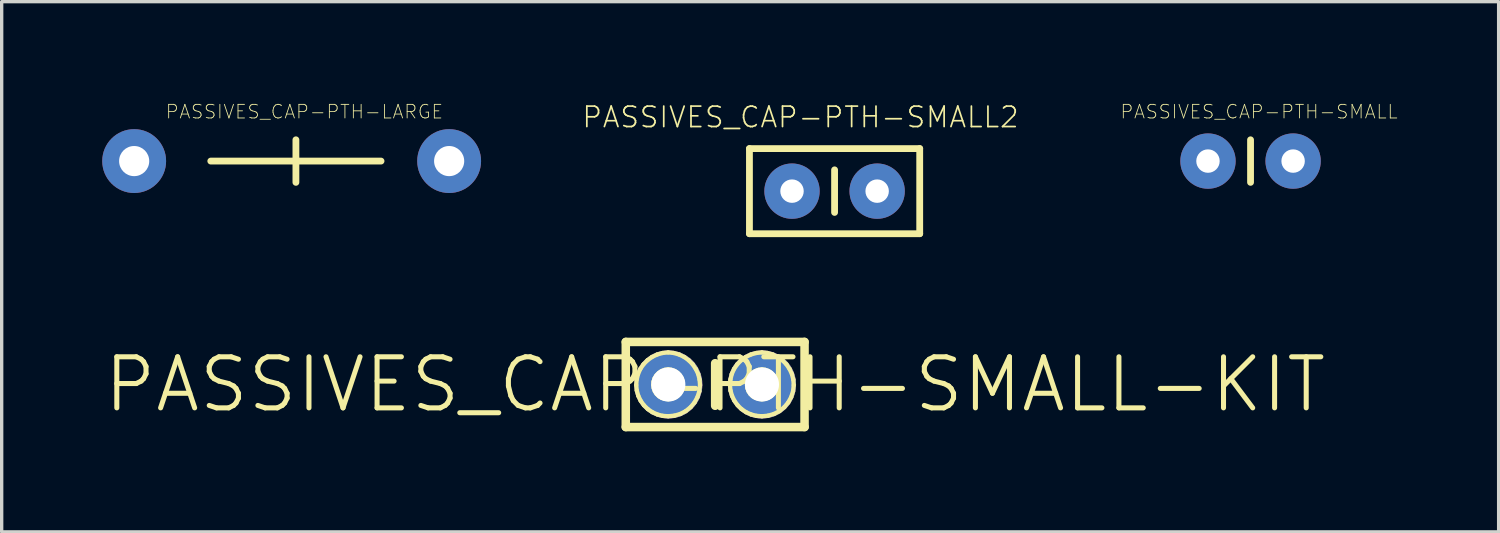
<source format=kicad_pcb>
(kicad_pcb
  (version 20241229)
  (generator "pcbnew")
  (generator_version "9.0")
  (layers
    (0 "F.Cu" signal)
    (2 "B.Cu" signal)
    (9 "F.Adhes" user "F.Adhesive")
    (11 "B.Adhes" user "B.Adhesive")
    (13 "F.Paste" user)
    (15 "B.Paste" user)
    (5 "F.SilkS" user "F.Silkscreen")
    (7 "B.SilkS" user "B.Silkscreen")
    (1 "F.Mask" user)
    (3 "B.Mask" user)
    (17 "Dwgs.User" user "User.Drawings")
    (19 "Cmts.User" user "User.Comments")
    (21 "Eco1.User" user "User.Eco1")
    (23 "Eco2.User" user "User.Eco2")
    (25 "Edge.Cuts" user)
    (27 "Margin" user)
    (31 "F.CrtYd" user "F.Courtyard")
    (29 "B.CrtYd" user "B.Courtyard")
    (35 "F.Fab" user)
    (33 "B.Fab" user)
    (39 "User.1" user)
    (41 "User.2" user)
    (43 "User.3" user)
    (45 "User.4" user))
  (footprint "PASSIVES_CAP-PTH-LARGE"
    (layer "F.Cu")
    (at 5.779 1.756)
    (property "Reference" "PASSIVES_CAP-PTH-LARGE" (at 0.254 -1.473 0) (layer "F.SilkS") (effects (font (size 0.406 0.406) (thickness 0.025))))
    (attr exclude_from_pos_files exclude_from_bom)
    (fp_line (start 0 -0.635) (end 0 0) (stroke (width 0.203) (type solid)) (layer "F.SilkS"))
    (fp_line (start 0 0) (end -2.54 0) (stroke (width 0.203) (type solid)) (layer "F.SilkS"))
    (fp_line (start 0 0) (end 0 0.635) (stroke (width 0.203) (type solid)) (layer "F.SilkS"))
    (fp_line (start 0 0) (end 2.54 0) (stroke (width 0.203) (type solid)) (layer "F.SilkS"))
    (pad "1" thru_hole circle (at -4.826 0) (size 1.905 1.905) (drill 0.899) (layers "*.Cu" "*.Paste" "*.Mask"))
    (pad "2" thru_hole circle (at 4.572 0) (size 1.905 1.905) (drill 0.899) (layers "*.Cu" "*.Paste" "*.Mask")))
  (footprint "PASSIVES_CAP-PTH-SMALL"
    (layer "F.Cu")
    (at 32.992 1.756)
    (property "Reference" "PASSIVES_CAP-PTH-SMALL" (at 1.524 -1.473 0) (layer "F.SilkS") (effects (font (size 0.406 0.406) (thickness 0.025))))
    (attr exclude_from_pos_files exclude_from_bom)
    (fp_line (start 1.27 -0.635) (end 1.27 0.635) (stroke (width 0.203) (type solid)) (layer "F.SilkS"))
    (pad "1" thru_hole circle (at 0 0) (size 1.651 1.651) (drill 0.699) (layers "*.Cu" "*.Paste" "*.Mask"))
    (pad "2" thru_hole circle (at 2.54 0) (size 1.651 1.651) (drill 0.699) (layers "*.Cu" "*.Paste" "*.Mask")))
  (footprint "PASSIVES_CAP-PTH-SMALL-KIT"
    (layer "F.Cu")
    (at 18.288 8.422)
    (property "Reference" "PASSIVES_CAP-PTH-SMALL-KIT" (at 0 0 0) (layer "F.SilkS") (effects (font (size 1.524 1.524) (thickness 0.15))))
    (attr exclude_from_pos_files exclude_from_bom)
    (fp_line (start -2.667 -1.27) (end 2.667 -1.27) (stroke (width 0.254) (type solid)) (layer "F.SilkS"))
    (fp_line (start -2.667 1.27) (end -2.667 -1.27) (stroke (width 0.254) (type solid)) (layer "F.SilkS"))
    (fp_line (start -2.355 0.018) (end -2.342 -0.147) (stroke (width 0.127) (type solid)) (layer "F.SilkS"))
    (fp_line (start -2.342 -0.147) (end -2.301 -0.312) (stroke (width 0.127) (type solid)) (layer "F.SilkS"))
    (fp_line (start -2.339 0.18) (end -2.355 0.018) (stroke (width 0.127) (type solid)) (layer "F.SilkS"))
    (fp_line (start -2.301 -0.312) (end -2.233 -0.465) (stroke (width 0.127) (type solid)) (layer "F.SilkS"))
    (fp_line (start -2.294 0.338) (end -2.339 0.18) (stroke (width 0.127) (type solid)) (layer "F.SilkS"))
    (fp_line (start -2.233 -0.465) (end -2.139 -0.602) (stroke (width 0.127) (type solid)) (layer "F.SilkS"))
    (fp_line (start -2.223 0.485) (end -2.294 0.338) (stroke (width 0.127) (type solid)) (layer "F.SilkS"))
    (fp_line (start -2.139 -0.602) (end -2.019 -0.724) (stroke (width 0.127) (type solid)) (layer "F.SilkS"))
    (fp_line (start -2.126 0.62) (end -2.223 0.485) (stroke (width 0.127) (type solid)) (layer "F.SilkS"))
    (fp_line (start -2.019 -0.724) (end -1.885 -0.82) (stroke (width 0.127) (type solid)) (layer "F.SilkS"))
    (fp_line (start -2.009 0.734) (end -2.126 0.62) (stroke (width 0.127) (type solid)) (layer "F.SilkS"))
    (fp_line (start -1.885 -0.82) (end -1.732 -0.894) (stroke (width 0.127) (type solid)) (layer "F.SilkS"))
    (fp_line (start -1.875 0.826) (end -2.009 0.734) (stroke (width 0.127) (type solid)) (layer "F.SilkS"))
    (fp_line (start -1.847 0.015) (end -1.839 -0.086) (stroke (width 0.127) (type solid)) (layer "F.SilkS"))
    (fp_line (start -1.839 -0.086) (end -1.808 -0.183) (stroke (width 0.127) (type solid)) (layer "F.SilkS"))
    (fp_line (start -1.834 0.109) (end -1.847 0.015) (stroke (width 0.127) (type solid)) (layer "F.SilkS"))
    (fp_line (start -1.808 -0.183) (end -1.755 -0.269) (stroke (width 0.127) (type solid)) (layer "F.SilkS"))
    (fp_line (start -1.801 0.201) (end -1.834 0.109) (stroke (width 0.127) (type solid)) (layer "F.SilkS"))
    (fp_line (start -1.755 -0.269) (end -1.684 -0.343) (stroke (width 0.127) (type solid)) (layer "F.SilkS"))
    (fp_line (start -1.748 0.282) (end -1.801 0.201) (stroke (width 0.127) (type solid)) (layer "F.SilkS"))
    (fp_line (start -1.732 -0.894) (end -1.57 -0.94) (stroke (width 0.127) (type solid)) (layer "F.SilkS"))
    (fp_line (start -1.725 0.894) (end -1.875 0.826) (stroke (width 0.127) (type solid)) (layer "F.SilkS"))
    (fp_line (start -1.684 -0.343) (end -1.6 -0.401) (stroke (width 0.127) (type solid)) (layer "F.SilkS"))
    (fp_line (start -1.676 0.351) (end -1.748 0.282) (stroke (width 0.127) (type solid)) (layer "F.SilkS"))
    (fp_line (start -1.6 -0.401) (end -1.504 -0.437) (stroke (width 0.127) (type solid)) (layer "F.SilkS"))
    (fp_line (start -1.593 0.399) (end -1.676 0.351) (stroke (width 0.127) (type solid)) (layer "F.SilkS"))
    (fp_line (start -1.57 -0.94) (end -1.402 -0.958) (stroke (width 0.127) (type solid)) (layer "F.SilkS"))
    (fp_line (start -1.565 0.935) (end -1.725 0.894) (stroke (width 0.127) (type solid)) (layer "F.SilkS"))
    (fp_line (start -1.504 -0.437) (end -1.402 -0.45) (stroke (width 0.127) (type solid)) (layer "F.SilkS"))
    (fp_line (start -1.501 0.429) (end -1.593 0.399) (stroke (width 0.127) (type solid)) (layer "F.SilkS"))
    (fp_line (start -1.402 -0.958) (end -1.237 -0.94) (stroke (width 0.127) (type solid)) (layer "F.SilkS"))
    (fp_line (start -1.402 -0.45) (end -1.303 -0.437) (stroke (width 0.127) (type solid)) (layer "F.SilkS"))
    (fp_line (start -1.402 0.439) (end -1.501 0.429) (stroke (width 0.127) (type solid)) (layer "F.SilkS"))
    (fp_line (start -1.402 0.947) (end -1.565 0.935) (stroke (width 0.127) (type solid)) (layer "F.SilkS"))
    (fp_line (start -1.306 0.429) (end -1.402 0.439) (stroke (width 0.127) (type solid)) (layer "F.SilkS"))
    (fp_line (start -1.303 -0.437) (end -1.209 -0.404) (stroke (width 0.127) (type solid)) (layer "F.SilkS"))
    (fp_line (start -1.237 -0.94) (end -1.074 -0.894) (stroke (width 0.127) (type solid)) (layer "F.SilkS"))
    (fp_line (start -1.217 0.93) (end -1.402 0.947) (stroke (width 0.127) (type solid)) (layer "F.SilkS"))
    (fp_line (start -1.212 0.396) (end -1.306 0.429) (stroke (width 0.127) (type solid)) (layer "F.SilkS"))
    (fp_line (start -1.209 -0.404) (end -1.125 -0.348) (stroke (width 0.127) (type solid)) (layer "F.SilkS"))
    (fp_line (start -1.13 0.345) (end -1.212 0.396) (stroke (width 0.127) (type solid)) (layer "F.SilkS"))
    (fp_line (start -1.125 -0.348) (end -1.054 -0.274) (stroke (width 0.127) (type solid)) (layer "F.SilkS"))
    (fp_line (start -1.074 -0.894) (end -0.922 -0.82) (stroke (width 0.127) (type solid)) (layer "F.SilkS"))
    (fp_line (start -1.059 0.277) (end -1.13 0.345) (stroke (width 0.127) (type solid)) (layer "F.SilkS"))
    (fp_line (start -1.054 -0.274) (end -1.003 -0.191) (stroke (width 0.127) (type solid)) (layer "F.SilkS"))
    (fp_line (start -1.041 0.879) (end -1.217 0.93) (stroke (width 0.127) (type solid)) (layer "F.SilkS"))
    (fp_line (start -1.006 0.193) (end -1.059 0.277) (stroke (width 0.127) (type solid)) (layer "F.SilkS"))
    (fp_line (start -1.003 -0.191) (end -0.97 -0.094) (stroke (width 0.127) (type solid)) (layer "F.SilkS"))
    (fp_line (start -0.973 0.102) (end -1.006 0.193) (stroke (width 0.127) (type solid)) (layer "F.SilkS"))
    (fp_line (start -0.97 -0.094) (end -0.963 0.005) (stroke (width 0.127) (type solid)) (layer "F.SilkS"))
    (fp_line (start -0.963 0.005) (end -0.973 0.102) (stroke (width 0.127) (type solid)) (layer "F.SilkS"))
    (fp_line (start -0.922 -0.82) (end -0.787 -0.721) (stroke (width 0.127) (type solid)) (layer "F.SilkS"))
    (fp_line (start -0.879 0.795) (end -1.041 0.879) (stroke (width 0.127) (type solid)) (layer "F.SilkS"))
    (fp_line (start -0.787 -0.721) (end -0.671 -0.602) (stroke (width 0.127) (type solid)) (layer "F.SilkS"))
    (fp_line (start -0.734 0.678) (end -0.879 0.795) (stroke (width 0.127) (type solid)) (layer "F.SilkS"))
    (fp_line (start -0.671 -0.602) (end -0.577 -0.462) (stroke (width 0.127) (type solid)) (layer "F.SilkS"))
    (fp_line (start -0.617 0.538) (end -0.734 0.678) (stroke (width 0.127) (type solid)) (layer "F.SilkS"))
    (fp_line (start -0.577 -0.462) (end -0.505 -0.31) (stroke (width 0.127) (type solid)) (layer "F.SilkS"))
    (fp_line (start -0.528 0.376) (end -0.617 0.538) (stroke (width 0.127) (type solid)) (layer "F.SilkS"))
    (fp_line (start -0.505 -0.31) (end -0.465 -0.145) (stroke (width 0.127) (type solid)) (layer "F.SilkS"))
    (fp_line (start -0.472 0.201) (end -0.528 0.376) (stroke (width 0.127) (type solid)) (layer "F.SilkS"))
    (fp_line (start -0.465 -0.145) (end -0.452 0.02) (stroke (width 0.127) (type solid)) (layer "F.SilkS"))
    (fp_line (start -0.452 0.02) (end -0.472 0.201) (stroke (width 0.127) (type solid)) (layer "F.SilkS"))
    (fp_line (start 0 -0.635) (end 0 0.635) (stroke (width 0.254) (type solid)) (layer "F.SilkS"))
    (fp_line (start 0.442 0.018) (end 0.455 -0.147) (stroke (width 0.127) (type solid)) (layer "F.SilkS"))
    (fp_line (start 0.455 -0.147) (end 0.495 -0.312) (stroke (width 0.127) (type solid)) (layer "F.SilkS"))
    (fp_line (start 0.457 0.18) (end 0.442 0.018) (stroke (width 0.127) (type solid)) (layer "F.SilkS"))
    (fp_line (start 0.495 -0.312) (end 0.564 -0.465) (stroke (width 0.127) (type solid)) (layer "F.SilkS"))
    (fp_line (start 0.503 0.338) (end 0.457 0.18) (stroke (width 0.127) (type solid)) (layer "F.SilkS"))
    (fp_line (start 0.564 -0.465) (end 0.658 -0.602) (stroke (width 0.127) (type solid)) (layer "F.SilkS"))
    (fp_line (start 0.574 0.485) (end 0.503 0.338) (stroke (width 0.127) (type solid)) (layer "F.SilkS"))
    (fp_line (start 0.658 -0.602) (end 0.777 -0.724) (stroke (width 0.127) (type solid)) (layer "F.SilkS"))
    (fp_line (start 0.671 0.62) (end 0.574 0.485) (stroke (width 0.127) (type solid)) (layer "F.SilkS"))
    (fp_line (start 0.777 -0.724) (end 0.912 -0.82) (stroke (width 0.127) (type solid)) (layer "F.SilkS"))
    (fp_line (start 0.787 0.734) (end 0.671 0.62) (stroke (width 0.127) (type solid)) (layer "F.SilkS"))
    (fp_line (start 0.912 -0.82) (end 1.064 -0.894) (stroke (width 0.127) (type solid)) (layer "F.SilkS"))
    (fp_line (start 0.922 0.826) (end 0.787 0.734) (stroke (width 0.127) (type solid)) (layer "F.SilkS"))
    (fp_line (start 0.95 0.015) (end 0.958 -0.086) (stroke (width 0.127) (type solid)) (layer "F.SilkS"))
    (fp_line (start 0.958 -0.086) (end 0.988 -0.183) (stroke (width 0.127) (type solid)) (layer "F.SilkS"))
    (fp_line (start 0.963 0.109) (end 0.95 0.015) (stroke (width 0.127) (type solid)) (layer "F.SilkS"))
    (fp_line (start 0.988 -0.183) (end 1.041 -0.269) (stroke (width 0.127) (type solid)) (layer "F.SilkS"))
    (fp_line (start 0.996 0.201) (end 0.963 0.109) (stroke (width 0.127) (type solid)) (layer "F.SilkS"))
    (fp_line (start 1.041 -0.269) (end 1.113 -0.343) (stroke (width 0.127) (type solid)) (layer "F.SilkS"))
    (fp_line (start 1.049 0.282) (end 0.996 0.201) (stroke (width 0.127) (type solid)) (layer "F.SilkS"))
    (fp_line (start 1.064 -0.894) (end 1.227 -0.94) (stroke (width 0.127) (type solid)) (layer "F.SilkS"))
    (fp_line (start 1.072 0.894) (end 0.922 0.826) (stroke (width 0.127) (type solid)) (layer "F.SilkS"))
    (fp_line (start 1.113 -0.343) (end 1.196 -0.401) (stroke (width 0.127) (type solid)) (layer "F.SilkS"))
    (fp_line (start 1.12 0.351) (end 1.049 0.282) (stroke (width 0.127) (type solid)) (layer "F.SilkS"))
    (fp_line (start 1.196 -0.401) (end 1.293 -0.437) (stroke (width 0.127) (type solid)) (layer "F.SilkS"))
    (fp_line (start 1.204 0.399) (end 1.12 0.351) (stroke (width 0.127) (type solid)) (layer "F.SilkS"))
    (fp_line (start 1.227 -0.94) (end 1.394 -0.958) (stroke (width 0.127) (type solid)) (layer "F.SilkS"))
    (fp_line (start 1.232 0.935) (end 1.072 0.894) (stroke (width 0.127) (type solid)) (layer "F.SilkS"))
    (fp_line (start 1.293 -0.437) (end 1.394 -0.45) (stroke (width 0.127) (type solid)) (layer "F.SilkS"))
    (fp_line (start 1.295 0.429) (end 1.204 0.399) (stroke (width 0.127) (type solid)) (layer "F.SilkS"))
    (fp_line (start 1.394 -0.958) (end 1.56 -0.94) (stroke (width 0.127) (type solid)) (layer "F.SilkS"))
    (fp_line (start 1.394 -0.45) (end 1.494 -0.437) (stroke (width 0.127) (type solid)) (layer "F.SilkS"))
    (fp_line (start 1.394 0.439) (end 1.295 0.429) (stroke (width 0.127) (type solid)) (layer "F.SilkS"))
    (fp_line (start 1.397 0.947) (end 1.232 0.935) (stroke (width 0.127) (type solid)) (layer "F.SilkS"))
    (fp_line (start 1.491 0.429) (end 1.394 0.439) (stroke (width 0.127) (type solid)) (layer "F.SilkS"))
    (fp_line (start 1.494 -0.437) (end 1.587 -0.404) (stroke (width 0.127) (type solid)) (layer "F.SilkS"))
    (fp_line (start 1.56 -0.94) (end 1.722 -0.894) (stroke (width 0.127) (type solid)) (layer "F.SilkS"))
    (fp_line (start 1.58 0.93) (end 1.397 0.947) (stroke (width 0.127) (type solid)) (layer "F.SilkS"))
    (fp_line (start 1.585 0.396) (end 1.491 0.429) (stroke (width 0.127) (type solid)) (layer "F.SilkS"))
    (fp_line (start 1.587 -0.404) (end 1.671 -0.348) (stroke (width 0.127) (type solid)) (layer "F.SilkS"))
    (fp_line (start 1.666 0.345) (end 1.585 0.396) (stroke (width 0.127) (type solid)) (layer "F.SilkS"))
    (fp_line (start 1.671 -0.348) (end 1.742 -0.274) (stroke (width 0.127) (type solid)) (layer "F.SilkS"))
    (fp_line (start 1.722 -0.894) (end 1.875 -0.82) (stroke (width 0.127) (type solid)) (layer "F.SilkS"))
    (fp_line (start 1.737 0.277) (end 1.666 0.345) (stroke (width 0.127) (type solid)) (layer "F.SilkS"))
    (fp_line (start 1.742 -0.274) (end 1.793 -0.191) (stroke (width 0.127) (type solid)) (layer "F.SilkS"))
    (fp_line (start 1.755 0.879) (end 1.58 0.93) (stroke (width 0.127) (type solid)) (layer "F.SilkS"))
    (fp_line (start 1.791 0.193) (end 1.737 0.277) (stroke (width 0.127) (type solid)) (layer "F.SilkS"))
    (fp_line (start 1.793 -0.191) (end 1.826 -0.094) (stroke (width 0.127) (type solid)) (layer "F.SilkS"))
    (fp_line (start 1.824 0.102) (end 1.791 0.193) (stroke (width 0.127) (type solid)) (layer "F.SilkS"))
    (fp_line (start 1.826 -0.094) (end 1.834 0.005) (stroke (width 0.127) (type solid)) (layer "F.SilkS"))
    (fp_line (start 1.834 0.005) (end 1.824 0.102) (stroke (width 0.127) (type solid)) (layer "F.SilkS"))
    (fp_line (start 1.875 -0.82) (end 2.009 -0.721) (stroke (width 0.127) (type solid)) (layer "F.SilkS"))
    (fp_line (start 1.918 0.795) (end 1.755 0.879) (stroke (width 0.127) (type solid)) (layer "F.SilkS"))
    (fp_line (start 2.009 -0.721) (end 2.126 -0.602) (stroke (width 0.127) (type solid)) (layer "F.SilkS"))
    (fp_line (start 2.062 0.678) (end 1.918 0.795) (stroke (width 0.127) (type solid)) (layer "F.SilkS"))
    (fp_line (start 2.126 -0.602) (end 2.22 -0.462) (stroke (width 0.127) (type solid)) (layer "F.SilkS"))
    (fp_line (start 2.179 0.538) (end 2.062 0.678) (stroke (width 0.127) (type solid)) (layer "F.SilkS"))
    (fp_line (start 2.22 -0.462) (end 2.291 -0.31) (stroke (width 0.127) (type solid)) (layer "F.SilkS"))
    (fp_line (start 2.268 0.376) (end 2.179 0.538) (stroke (width 0.127) (type solid)) (layer "F.SilkS"))
    (fp_line (start 2.291 -0.31) (end 2.332 -0.145) (stroke (width 0.127) (type solid)) (layer "F.SilkS"))
    (fp_line (start 2.324 0.201) (end 2.268 0.376) (stroke (width 0.127) (type solid)) (layer "F.SilkS"))
    (fp_line (start 2.332 -0.145) (end 2.344 0.02) (stroke (width 0.127) (type solid)) (layer "F.SilkS"))
    (fp_line (start 2.344 0.02) (end 2.324 0.201) (stroke (width 0.127) (type solid)) (layer "F.SilkS"))
    (fp_line (start 2.667 -1.27) (end 2.667 1.27) (stroke (width 0.254) (type solid)) (layer "F.SilkS"))
    (fp_line (start 2.667 1.27) (end -2.667 1.27) (stroke (width 0.254) (type solid)) (layer "F.SilkS"))
    (pad "1" thru_hole circle (at -1.397 0) (size 2.032 2.032) (drill 1.016) (layers "*.Cu" "*.Paste" "*.Mask"))
    (pad "2" thru_hole circle (at 1.397 0) (size 2.032 2.032) (drill 1.016) (layers "*.Cu" "*.Paste" "*.Mask")))
  (footprint "PASSIVES_CAP-PTH-SMALL2"
    (layer "F.Cu")
    (at 20.581 2.653)
    (property "Reference" "PASSIVES_CAP-PTH-SMALL2" (at 0.254 -2.207 0) (layer "F.SilkS") (effects (font (size 0.61 0.61) (thickness 0.051))))
    (attr exclude_from_pos_files exclude_from_bom)
    (fp_line (start -1.27 -1.27) (end 3.81 -1.27) (stroke (width 0.203) (type solid)) (layer "F.SilkS"))
    (fp_line (start -1.27 1.27) (end -1.27 -1.27) (stroke (width 0.203) (type solid)) (layer "F.SilkS"))
    (fp_line (start 1.27 -0.635) (end 1.27 0.635) (stroke (width 0.203) (type solid)) (layer "F.SilkS"))
    (fp_line (start 3.81 -1.27) (end 3.81 1.27) (stroke (width 0.203) (type solid)) (layer "F.SilkS"))
    (fp_line (start 3.81 1.27) (end -1.27 1.27) (stroke (width 0.203) (type solid)) (layer "F.SilkS"))
    (pad "1" thru_hole circle (at 0 0) (size 1.651 1.651) (drill 0.699) (layers "*.Cu" "*.Paste" "*.Mask"))
    (pad "2" thru_hole circle (at 2.54 0) (size 1.651 1.651) (drill 0.699) (layers "*.Cu" "*.Paste" "*.Mask")))
  (gr_rect
    (start -3 -3)
    (end 41.664 12.819)
    (stroke (width 0.1) (type default))
    (fill no)
    (layer "Edge.Cuts")))
</source>
